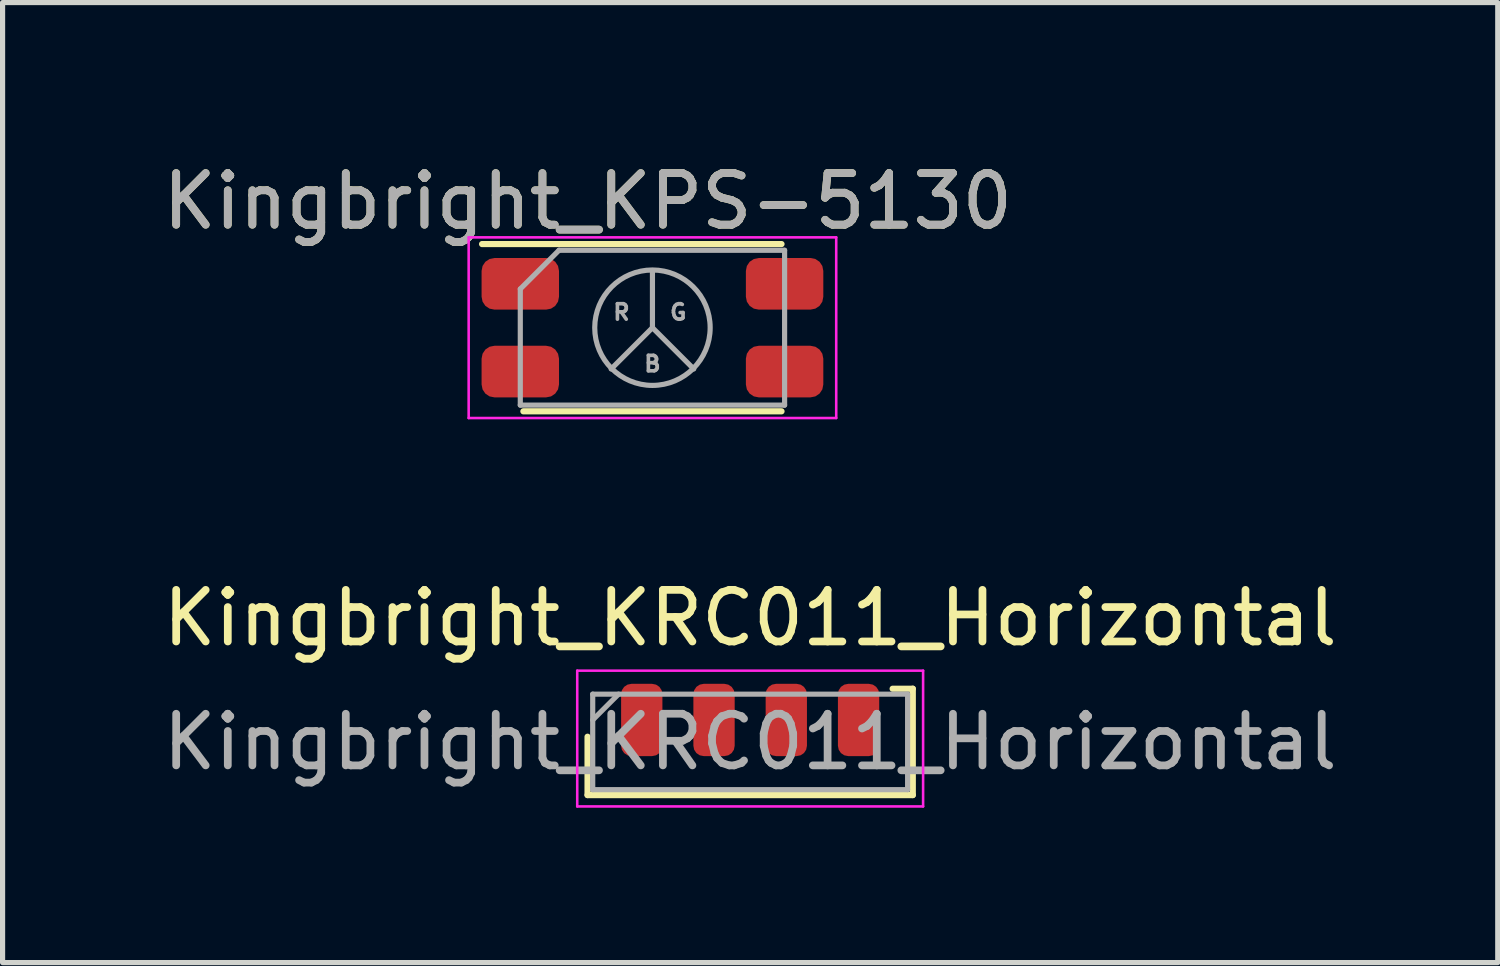
<source format=kicad_pcb>
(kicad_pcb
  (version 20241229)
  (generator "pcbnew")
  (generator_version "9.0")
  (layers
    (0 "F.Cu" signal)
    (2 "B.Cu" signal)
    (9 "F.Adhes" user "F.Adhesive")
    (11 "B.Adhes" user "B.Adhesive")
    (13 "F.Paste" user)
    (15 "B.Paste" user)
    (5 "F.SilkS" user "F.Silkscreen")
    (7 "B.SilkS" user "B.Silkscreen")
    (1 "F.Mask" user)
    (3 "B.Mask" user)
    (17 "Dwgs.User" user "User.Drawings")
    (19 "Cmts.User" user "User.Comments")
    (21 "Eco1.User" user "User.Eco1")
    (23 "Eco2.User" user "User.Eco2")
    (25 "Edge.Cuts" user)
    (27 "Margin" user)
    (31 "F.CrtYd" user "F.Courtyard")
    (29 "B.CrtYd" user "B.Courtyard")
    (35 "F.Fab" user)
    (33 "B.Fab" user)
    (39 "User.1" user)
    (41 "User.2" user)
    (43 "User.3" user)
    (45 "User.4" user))
  (footprint "Kingbright_KPS-5130"
    (layer "F.Cu")
    (at 9.589 3.298)
    (property "Reference" "Kingbright_KPS-5130" (at -1.25 -2.45 0) (layer "F.SilkS") (effects (font (size 1 1) (thickness 0.15))))
    (attr smd)
    (fp_line (start -3.3 -1.62) (end 2.5 -1.62) (stroke (width 0.12) (type solid)) (layer "F.SilkS"))
    (fp_line (start 2.5 1.62) (end -2.5 1.62) (stroke (width 0.12) (type solid)) (layer "F.SilkS"))
    (fp_line (start -3.56 -1.75) (end -3.56 1.75) (stroke (width 0.05) (type solid)) (layer "F.CrtYd"))
    (fp_line (start -3.56 -1.75) (end 3.56 -1.75) (stroke (width 0.05) (type solid)) (layer "F.CrtYd"))
    (fp_line (start 3.56 1.75) (end -3.56 1.75) (stroke (width 0.05) (type solid)) (layer "F.CrtYd"))
    (fp_line (start 3.56 1.75) (end 3.56 -1.75) (stroke (width 0.05) (type solid)) (layer "F.CrtYd"))
    (fp_line (start -2.56 -0.75) (end -2.56 1.5) (stroke (width 0.1) (type solid)) (layer "F.Fab"))
    (fp_line (start -2.56 -0.75) (end -1.81 -1.5) (stroke (width 0.1) (type solid)) (layer "F.Fab"))
    (fp_line (start -2.56 1.5) (end 2.56 1.5) (stroke (width 0.1) (type solid)) (layer "F.Fab"))
    (fp_line (start 0 0) (end -0.8 0.8) (stroke (width 0.1) (type solid)) (layer "F.Fab"))
    (fp_line (start 0 0) (end 0 -1.1) (stroke (width 0.1) (type solid)) (layer "F.Fab"))
    (fp_line (start 0 0) (end 0.8 0.8) (stroke (width 0.1) (type solid)) (layer "F.Fab"))
    (fp_line (start 2.56 -1.5) (end -1.81 -1.5) (stroke (width 0.1) (type solid)) (layer "F.Fab"))
    (fp_line (start 2.56 1.5) (end 2.56 -1.5) (stroke (width 0.1) (type solid)) (layer "F.Fab"))
    (fp_circle (center 0 0) (end 1 0.5) (stroke (width 0.1) (type solid)) (fill no) (layer "F.Fab"))
    (fp_text user "G" (at 0.5 -0.3 0) (layer "F.Fab") (effects (font (size 0.3 0.3) (thickness 0.07))))
    (fp_text user "${REFERENCE}" (at -1.25 -2.45 0) (layer "F.Fab") (effects (font (size 1 1) (thickness 0.15))))
    (fp_text user "R" (at -0.6 -0.3 0) (layer "F.Fab") (effects (font (size 0.3 0.3) (thickness 0.07))))
    (fp_text user "B" (at 0 0.7 0) (layer "F.Fab") (effects (font (size 0.3 0.3) (thickness 0.07))))
    (pad "1" smd roundrect (at -2.56 -0.85) (size 1.5 1) (layers "F.Cu" "F.Mask" "F.Paste") (roundrect_rratio 0.25))
    (pad "2" smd roundrect (at 2.56 -0.85) (size 1.5 1) (layers "F.Cu" "F.Mask" "F.Paste") (roundrect_rratio 0.25))
    (pad "3" smd roundrect (at -2.56 0.85) (size 1.5 1) (layers "F.Cu" "F.Mask" "F.Paste") (roundrect_rratio 0.25))
    (pad "4" smd roundrect (at 2.56 0.85) (size 1.5 1) (layers "F.Cu" "F.Mask" "F.Paste") (roundrect_rratio 0.25)))
  (footprint "Kingbright_KRC011_Horizontal"
    (layer "F.Cu")
    (at 11.482 11.322)
    (property "Reference" "Kingbright_KRC011_Horizontal" (at 0 -2.4 0) (layer "F.SilkS") (effects (font (size 1 1) (thickness 0.15))))
    (attr smd)
    (fp_line (start -3.15 -0.1) (end -3.15 1.03) (stroke (width 0.12) (type solid)) (layer "F.SilkS"))
    (fp_line (start -3.15 1.03) (end 3.15 1.03) (stroke (width 0.12) (type solid)) (layer "F.SilkS"))
    (fp_line (start 3.15 -1.03) (end 2.76 -1.03) (stroke (width 0.12) (type solid)) (layer "F.SilkS"))
    (fp_line (start 3.15 -1.03) (end 3.15 1.03) (stroke (width 0.12) (type solid)) (layer "F.SilkS"))
    (fp_line (start -3.35 -1.38) (end -3.35 1.25) (stroke (width 0.05) (type solid)) (layer "F.CrtYd"))
    (fp_line (start -3.35 -1.38) (end 3.35 -1.38) (stroke (width 0.05) (type solid)) (layer "F.CrtYd"))
    (fp_line (start -3.35 1.25) (end 3.35 1.25) (stroke (width 0.05) (type solid)) (layer "F.CrtYd"))
    (fp_line (start 3.35 1.25) (end 3.35 -1.38) (stroke (width 0.05) (type solid)) (layer "F.CrtYd"))
    (fp_line (start -3.05 -0.925) (end 3.05 -0.925) (stroke (width 0.1) (type solid)) (layer "F.Fab"))
    (fp_line (start -3.05 -0.425) (end -2.55 -0.925) (stroke (width 0.1) (type solid)) (layer "F.Fab"))
    (fp_line (start -3.05 0.925) (end -3.05 -0.925) (stroke (width 0.1) (type solid)) (layer "F.Fab"))
    (fp_line (start 3.05 -0.925) (end 3.05 0.925) (stroke (width 0.1) (type solid)) (layer "F.Fab"))
    (fp_line (start 3.05 0.925) (end -3.05 0.925) (stroke (width 0.1) (type solid)) (layer "F.Fab"))
    (fp_text user "${REFERENCE}" (at 0 0 0) (layer "F.Fab") (effects (font (size 1 1) (thickness 0.15))))
    (pad "1" smd roundrect (at -2.1 -0.425) (size 0.8 1.4) (layers "F.Cu" "F.Mask" "F.Paste") (roundrect_rratio 0.25))
    (pad "2" smd roundrect (at -0.7 -0.425) (size 0.8 1.4) (layers "F.Cu" "F.Mask" "F.Paste") (roundrect_rratio 0.25))
    (pad "3" smd roundrect (at 0.7 -0.425) (size 0.8 1.4) (layers "F.Cu" "F.Mask" "F.Paste") (roundrect_rratio 0.25))
    (pad "4" smd roundrect (at 2.1 -0.425) (size 0.8 1.4) (layers "F.Cu" "F.Mask" "F.Paste") (roundrect_rratio 0.25)))
  (gr_rect
    (start -3 -3)
    (end 25.964 15.597)
    (stroke (width 0.1) (type default))
    (fill no)
    (layer "Edge.Cuts")))
</source>
